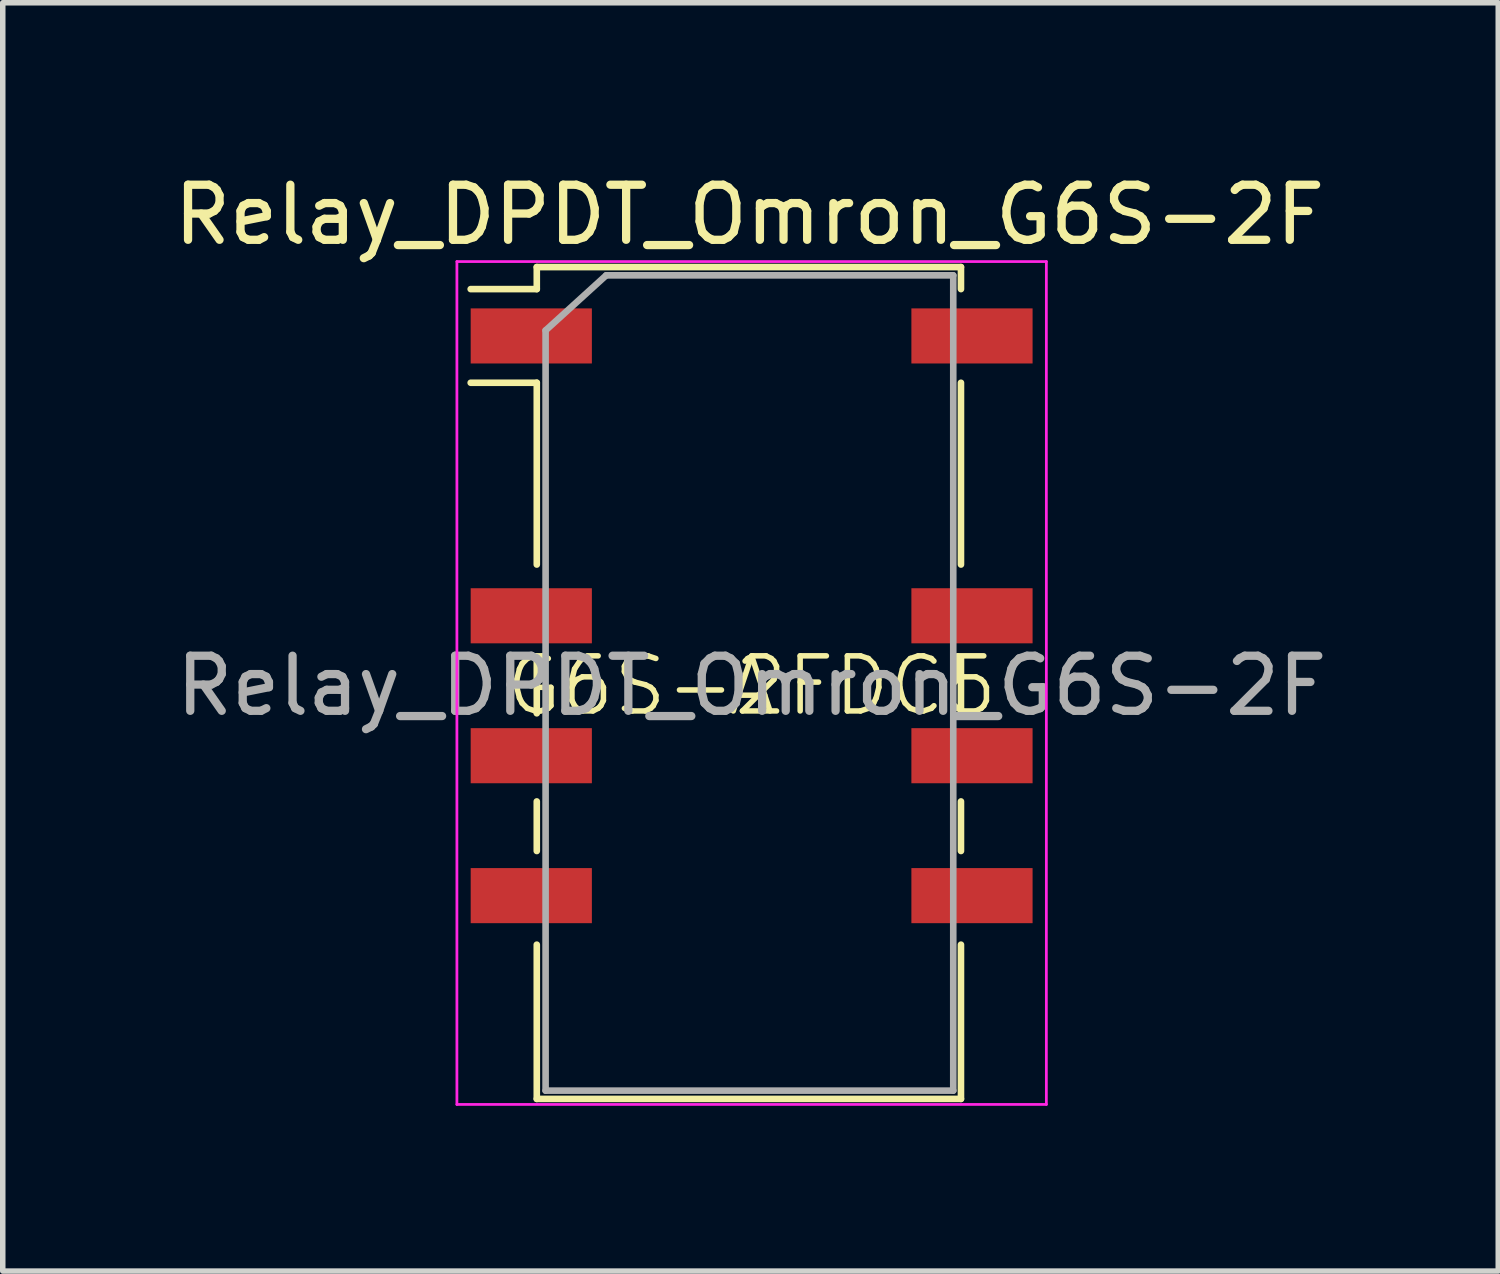
<source format=kicad_pcb>
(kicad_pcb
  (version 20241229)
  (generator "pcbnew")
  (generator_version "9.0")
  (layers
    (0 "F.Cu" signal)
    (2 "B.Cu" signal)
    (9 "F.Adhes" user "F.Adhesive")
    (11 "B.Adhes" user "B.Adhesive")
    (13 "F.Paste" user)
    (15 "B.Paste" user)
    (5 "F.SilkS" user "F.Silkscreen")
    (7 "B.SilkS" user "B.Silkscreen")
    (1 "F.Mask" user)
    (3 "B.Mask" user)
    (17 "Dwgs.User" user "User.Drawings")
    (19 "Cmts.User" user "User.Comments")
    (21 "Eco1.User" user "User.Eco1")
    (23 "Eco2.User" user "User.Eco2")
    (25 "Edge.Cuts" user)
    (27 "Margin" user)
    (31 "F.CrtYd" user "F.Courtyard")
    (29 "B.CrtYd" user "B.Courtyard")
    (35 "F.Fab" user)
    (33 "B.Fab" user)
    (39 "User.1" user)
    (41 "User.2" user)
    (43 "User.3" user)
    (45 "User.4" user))
  (footprint "Relay_DPDT_Omron_G6S-2F"
    (layer "F.Cu")
    (at 10.594 9.398)
    (property "Reference" "Relay_DPDT_Omron_G6S-2F" (at -0.04 -8.55 0) (layer "F.SilkS") (effects (font (size 1 1) (thickness 0.15))))
    (property "Display" "G6S-2FDC5" (at 0 0 0) (layer "F.SilkS") (effects (font (size 1 1) (thickness 0.1))))
    (property "Production Stage" "A" (at 0 0 0) (layer "F.SilkS") (effects (font (size 1 1) (thickness 0.1))))
    (attr smd)
    (fp_line (start -5.1 -7.2) (end -3.9 -7.2) (stroke (width 0.12) (type solid)) (layer "F.SilkS"))
    (fp_line (start -3.9 -7.6) (end 3.8 -7.6) (stroke (width 0.12) (type solid)) (layer "F.SilkS"))
    (fp_line (start -3.9 -7.2) (end -3.9 -7.6) (stroke (width 0.12) (type solid)) (layer "F.SilkS"))
    (fp_line (start -3.9 -5.5) (end -5.1 -5.5) (stroke (width 0.12) (type solid)) (layer "F.SilkS"))
    (fp_line (start -3.9 -5.5) (end -3.9 -2.2) (stroke (width 0.12) (type solid)) (layer "F.SilkS"))
    (fp_line (start -3.9 -0.5) (end -3.9 0.5) (stroke (width 0.12) (type solid)) (layer "F.SilkS"))
    (fp_line (start -3.9 2.1) (end -3.9 3) (stroke (width 0.12) (type solid)) (layer "F.SilkS"))
    (fp_line (start -3.9 4.7) (end -3.9 7.5) (stroke (width 0.12) (type solid)) (layer "F.SilkS"))
    (fp_line (start -3.9 7.5) (end 3.8 7.5) (stroke (width 0.12) (type solid)) (layer "F.SilkS"))
    (fp_line (start 3.8 -7.6) (end 3.8 -7.2) (stroke (width 0.12) (type solid)) (layer "F.SilkS"))
    (fp_line (start 3.8 -5.5) (end 3.8 -2.2) (stroke (width 0.12) (type solid)) (layer "F.SilkS"))
    (fp_line (start 3.8 0.5) (end 3.8 -0.5) (stroke (width 0.12) (type solid)) (layer "F.SilkS"))
    (fp_line (start 3.8 3) (end 3.8 2.1) (stroke (width 0.12) (type solid)) (layer "F.SilkS"))
    (fp_line (start 3.8 7.5) (end 3.8 4.7) (stroke (width 0.12) (type solid)) (layer "F.SilkS"))
    (fp_line (start -5.35 -7.7) (end -5.35 7.6) (stroke (width 0.05) (type solid)) (layer "F.CrtYd"))
    (fp_line (start -5.35 -7.7) (end 5.35 -7.7) (stroke (width 0.05) (type solid)) (layer "F.CrtYd"))
    (fp_line (start 5.35 7.6) (end -5.35 7.6) (stroke (width 0.05) (type solid)) (layer "F.CrtYd"))
    (fp_line (start 5.35 7.6) (end 5.35 -7.7) (stroke (width 0.05) (type solid)) (layer "F.CrtYd"))
    (fp_line (start -3.74 -6.45) (end -2.64 -7.45) (stroke (width 0.12) (type solid)) (layer "F.Fab"))
    (fp_line (start -3.74 7.35) (end -3.74 -6.45) (stroke (width 0.12) (type solid)) (layer "F.Fab"))
    (fp_line (start -2.64 -7.45) (end 3.66 -7.45) (stroke (width 0.12) (type solid)) (layer "F.Fab"))
    (fp_line (start 3.66 -7.45) (end 3.66 7.35) (stroke (width 0.12) (type solid)) (layer "F.Fab"))
    (fp_line (start 3.66 7.35) (end -3.74 7.35) (stroke (width 0.12) (type solid)) (layer "F.Fab"))
    (fp_text user "${REFERENCE}" (at 0 0 0) (layer "F.Fab") (effects (font (size 1 1) (thickness 0.15))))
    (pad "1" smd rect (at -4 -6.35) (size 2.2 1) (layers "F.Cu" "F.Mask" "F.Paste"))
    (pad "3" smd rect (at -4 -1.27) (size 2.2 1) (layers "F.Cu" "F.Mask" "F.Paste"))
    (pad "4" smd rect (at -4 1.27) (size 2.2 1) (layers "F.Cu" "F.Mask" "F.Paste"))
    (pad "5" smd rect (at -4 3.81) (size 2.2 1) (layers "F.Cu" "F.Mask" "F.Paste"))
    (pad "8" smd rect (at 4 3.81) (size 2.2 1) (layers "F.Cu" "F.Mask" "F.Paste"))
    (pad "9" smd rect (at 4 1.27) (size 2.2 1) (layers "F.Cu" "F.Mask" "F.Paste"))
    (pad "10" smd rect (at 4 -1.27) (size 2.2 1) (layers "F.Cu" "F.Mask" "F.Paste"))
    (pad "12" smd rect (at 4 -6.35) (size 2.2 1) (layers "F.Cu" "F.Mask" "F.Paste")))
  (gr_rect
    (start -3 -3)
    (end 24.147 20.023)
    (stroke (width 0.1) (type default))
    (fill no)
    (layer "Edge.Cuts")))
</source>
